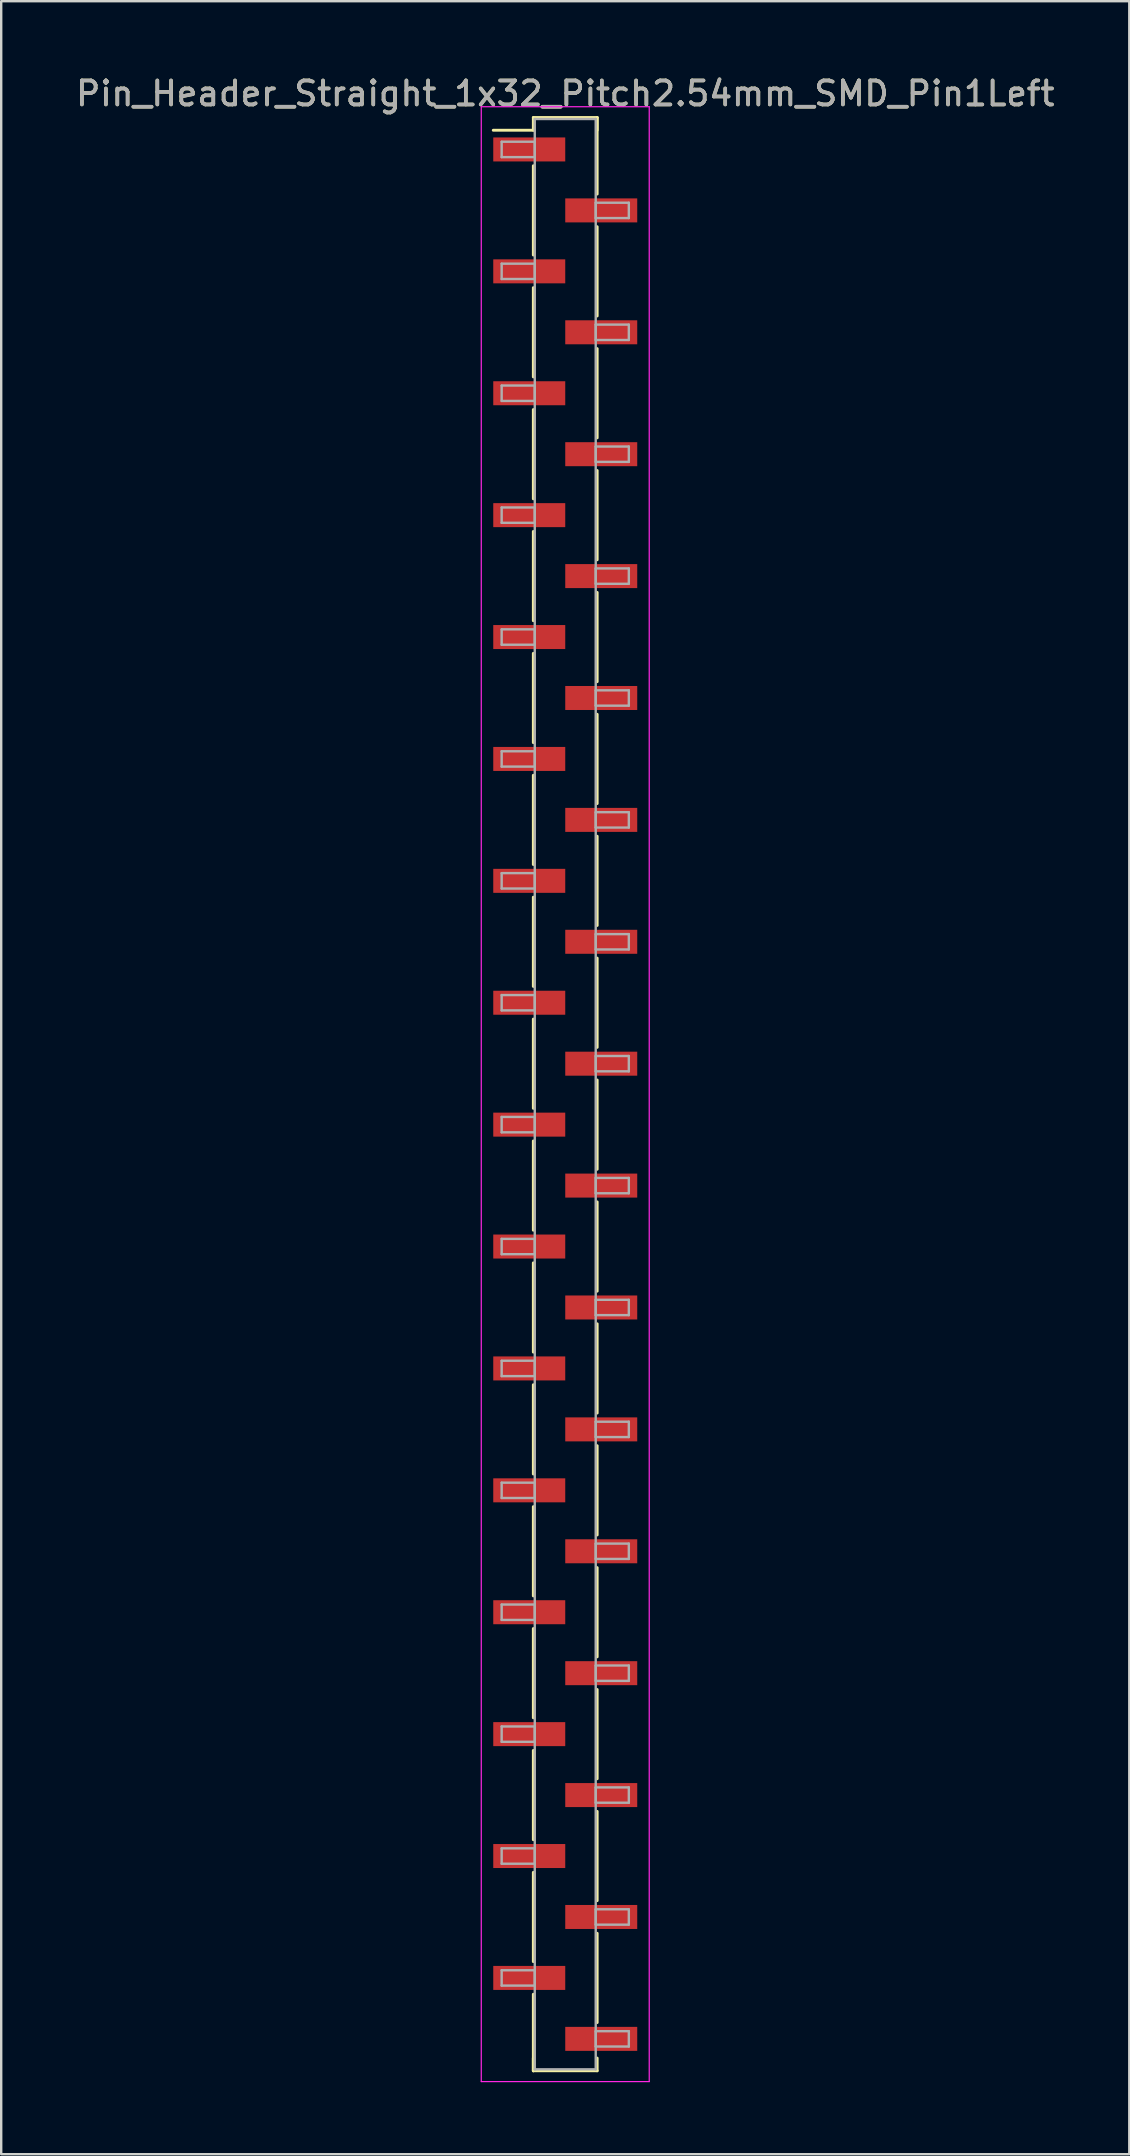
<source format=kicad_pcb>
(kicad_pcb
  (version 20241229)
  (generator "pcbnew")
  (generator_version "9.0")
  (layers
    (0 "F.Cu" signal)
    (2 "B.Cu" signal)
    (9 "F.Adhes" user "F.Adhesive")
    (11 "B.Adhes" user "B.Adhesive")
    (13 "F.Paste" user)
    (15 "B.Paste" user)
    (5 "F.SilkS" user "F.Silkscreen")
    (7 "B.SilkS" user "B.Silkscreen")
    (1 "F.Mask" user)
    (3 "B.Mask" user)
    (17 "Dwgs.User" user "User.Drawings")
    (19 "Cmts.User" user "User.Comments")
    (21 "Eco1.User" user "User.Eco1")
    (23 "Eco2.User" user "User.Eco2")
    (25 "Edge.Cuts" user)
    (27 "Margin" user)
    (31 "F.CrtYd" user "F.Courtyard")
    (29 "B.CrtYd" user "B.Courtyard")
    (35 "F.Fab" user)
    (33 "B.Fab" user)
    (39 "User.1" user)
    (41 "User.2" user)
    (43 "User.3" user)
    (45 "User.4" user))
  (footprint "Pin_Header_Straight_1x32_Pitch2.54mm_SMD_Pin1Left"
    (layer "F.Cu")
    (at 20.506 42.548)
    (property "Reference" "Pin_Header_Straight_1x32_Pitch2.54mm_SMD_Pin1Left" (at 0 -41.7 0) (layer "F.SilkS") (effects (font (size 1 1) (thickness 0.15))))
    (attr smd)
    (fp_line (start -1.33 -40.7) (end 1.33 -40.7) (stroke (width 0.12) (type solid)) (layer "F.SilkS"))
    (fp_line (start -1.33 -40.17) (end -3 -40.17) (stroke (width 0.12) (type solid)) (layer "F.SilkS"))
    (fp_line (start -1.33 -40.17) (end -1.33 -40.7) (stroke (width 0.12) (type solid)) (layer "F.SilkS"))
    (fp_line (start -1.33 -38.69) (end -1.33 -34.97) (stroke (width 0.12) (type solid)) (layer "F.SilkS"))
    (fp_line (start -1.33 -33.61) (end -1.33 -29.89) (stroke (width 0.12) (type solid)) (layer "F.SilkS"))
    (fp_line (start -1.33 -28.53) (end -1.33 -24.81) (stroke (width 0.12) (type solid)) (layer "F.SilkS"))
    (fp_line (start -1.33 -23.45) (end -1.33 -19.73) (stroke (width 0.12) (type solid)) (layer "F.SilkS"))
    (fp_line (start -1.33 -18.37) (end -1.33 -14.65) (stroke (width 0.12) (type solid)) (layer "F.SilkS"))
    (fp_line (start -1.33 -13.29) (end -1.33 -9.57) (stroke (width 0.12) (type solid)) (layer "F.SilkS"))
    (fp_line (start -1.33 -8.21) (end -1.33 -4.49) (stroke (width 0.12) (type solid)) (layer "F.SilkS"))
    (fp_line (start -1.33 -3.13) (end -1.33 0.59) (stroke (width 0.12) (type solid)) (layer "F.SilkS"))
    (fp_line (start -1.33 1.95) (end -1.33 5.67) (stroke (width 0.12) (type solid)) (layer "F.SilkS"))
    (fp_line (start -1.33 7.03) (end -1.33 10.75) (stroke (width 0.12) (type solid)) (layer "F.SilkS"))
    (fp_line (start -1.33 12.11) (end -1.33 15.83) (stroke (width 0.12) (type solid)) (layer "F.SilkS"))
    (fp_line (start -1.33 17.19) (end -1.33 20.91) (stroke (width 0.12) (type solid)) (layer "F.SilkS"))
    (fp_line (start -1.33 22.27) (end -1.33 25.99) (stroke (width 0.12) (type solid)) (layer "F.SilkS"))
    (fp_line (start -1.33 27.35) (end -1.33 31.07) (stroke (width 0.12) (type solid)) (layer "F.SilkS"))
    (fp_line (start -1.33 32.43) (end -1.33 36.15) (stroke (width 0.12) (type solid)) (layer "F.SilkS"))
    (fp_line (start -1.33 37.51) (end -1.33 40.7) (stroke (width 0.12) (type solid)) (layer "F.SilkS"))
    (fp_line (start -1.33 40.17) (end -1.33 40.7) (stroke (width 0.12) (type solid)) (layer "F.SilkS"))
    (fp_line (start -1.33 40.7) (end 1.33 40.7) (stroke (width 0.12) (type solid)) (layer "F.SilkS"))
    (fp_line (start 1.33 -40.7) (end 1.33 -40.17) (stroke (width 0.12) (type solid)) (layer "F.SilkS"))
    (fp_line (start 1.33 -40.7) (end 1.33 -37.51) (stroke (width 0.12) (type solid)) (layer "F.SilkS"))
    (fp_line (start 1.33 -36.15) (end 1.33 -32.43) (stroke (width 0.12) (type solid)) (layer "F.SilkS"))
    (fp_line (start 1.33 -31.07) (end 1.33 -27.35) (stroke (width 0.12) (type solid)) (layer "F.SilkS"))
    (fp_line (start 1.33 -25.99) (end 1.33 -22.27) (stroke (width 0.12) (type solid)) (layer "F.SilkS"))
    (fp_line (start 1.33 -20.91) (end 1.33 -17.19) (stroke (width 0.12) (type solid)) (layer "F.SilkS"))
    (fp_line (start 1.33 -15.83) (end 1.33 -12.11) (stroke (width 0.12) (type solid)) (layer "F.SilkS"))
    (fp_line (start 1.33 -10.75) (end 1.33 -7.03) (stroke (width 0.12) (type solid)) (layer "F.SilkS"))
    (fp_line (start 1.33 -5.67) (end 1.33 -1.95) (stroke (width 0.12) (type solid)) (layer "F.SilkS"))
    (fp_line (start 1.33 -0.59) (end 1.33 3.13) (stroke (width 0.12) (type solid)) (layer "F.SilkS"))
    (fp_line (start 1.33 4.49) (end 1.33 8.21) (stroke (width 0.12) (type solid)) (layer "F.SilkS"))
    (fp_line (start 1.33 9.57) (end 1.33 13.29) (stroke (width 0.12) (type solid)) (layer "F.SilkS"))
    (fp_line (start 1.33 14.65) (end 1.33 18.37) (stroke (width 0.12) (type solid)) (layer "F.SilkS"))
    (fp_line (start 1.33 19.73) (end 1.33 23.45) (stroke (width 0.12) (type solid)) (layer "F.SilkS"))
    (fp_line (start 1.33 24.81) (end 1.33 28.53) (stroke (width 0.12) (type solid)) (layer "F.SilkS"))
    (fp_line (start 1.33 29.89) (end 1.33 33.61) (stroke (width 0.12) (type solid)) (layer "F.SilkS"))
    (fp_line (start 1.33 34.97) (end 1.33 38.69) (stroke (width 0.12) (type solid)) (layer "F.SilkS"))
    (fp_line (start 1.33 40.7) (end 1.33 40.17) (stroke (width 0.12) (type solid)) (layer "F.SilkS"))
    (fp_line (start -3.5 -41.15) (end -3.5 41.15) (stroke (width 0.05) (type solid)) (layer "F.CrtYd"))
    (fp_line (start -3.5 41.15) (end 3.5 41.15) (stroke (width 0.05) (type solid)) (layer "F.CrtYd"))
    (fp_line (start 3.5 -41.15) (end -3.5 -41.15) (stroke (width 0.05) (type solid)) (layer "F.CrtYd"))
    (fp_line (start 3.5 41.15) (end 3.5 -41.15) (stroke (width 0.05) (type solid)) (layer "F.CrtYd"))
    (fp_line (start -2.65 -39.69) (end -1.27 -39.69) (stroke (width 0.1) (type solid)) (layer "F.Fab"))
    (fp_line (start -2.65 -39.05) (end -2.65 -39.69) (stroke (width 0.1) (type solid)) (layer "F.Fab"))
    (fp_line (start -2.65 -34.61) (end -1.27 -34.61) (stroke (width 0.1) (type solid)) (layer "F.Fab"))
    (fp_line (start -2.65 -33.97) (end -2.65 -34.61) (stroke (width 0.1) (type solid)) (layer "F.Fab"))
    (fp_line (start -2.65 -29.53) (end -1.27 -29.53) (stroke (width 0.1) (type solid)) (layer "F.Fab"))
    (fp_line (start -2.65 -28.89) (end -2.65 -29.53) (stroke (width 0.1) (type solid)) (layer "F.Fab"))
    (fp_line (start -2.65 -24.45) (end -1.27 -24.45) (stroke (width 0.1) (type solid)) (layer "F.Fab"))
    (fp_line (start -2.65 -23.81) (end -2.65 -24.45) (stroke (width 0.1) (type solid)) (layer "F.Fab"))
    (fp_line (start -2.65 -19.37) (end -1.27 -19.37) (stroke (width 0.1) (type solid)) (layer "F.Fab"))
    (fp_line (start -2.65 -18.73) (end -2.65 -19.37) (stroke (width 0.1) (type solid)) (layer "F.Fab"))
    (fp_line (start -2.65 -14.29) (end -1.27 -14.29) (stroke (width 0.1) (type solid)) (layer "F.Fab"))
    (fp_line (start -2.65 -13.65) (end -2.65 -14.29) (stroke (width 0.1) (type solid)) (layer "F.Fab"))
    (fp_line (start -2.65 -9.21) (end -1.27 -9.21) (stroke (width 0.1) (type solid)) (layer "F.Fab"))
    (fp_line (start -2.65 -8.57) (end -2.65 -9.21) (stroke (width 0.1) (type solid)) (layer "F.Fab"))
    (fp_line (start -2.65 -4.13) (end -1.27 -4.13) (stroke (width 0.1) (type solid)) (layer "F.Fab"))
    (fp_line (start -2.65 -3.49) (end -2.65 -4.13) (stroke (width 0.1) (type solid)) (layer "F.Fab"))
    (fp_line (start -2.65 0.95) (end -1.27 0.95) (stroke (width 0.1) (type solid)) (layer "F.Fab"))
    (fp_line (start -2.65 1.59) (end -2.65 0.95) (stroke (width 0.1) (type solid)) (layer "F.Fab"))
    (fp_line (start -2.65 6.03) (end -1.27 6.03) (stroke (width 0.1) (type solid)) (layer "F.Fab"))
    (fp_line (start -2.65 6.67) (end -2.65 6.03) (stroke (width 0.1) (type solid)) (layer "F.Fab"))
    (fp_line (start -2.65 11.11) (end -1.27 11.11) (stroke (width 0.1) (type solid)) (layer "F.Fab"))
    (fp_line (start -2.65 11.75) (end -2.65 11.11) (stroke (width 0.1) (type solid)) (layer "F.Fab"))
    (fp_line (start -2.65 16.19) (end -1.27 16.19) (stroke (width 0.1) (type solid)) (layer "F.Fab"))
    (fp_line (start -2.65 16.83) (end -2.65 16.19) (stroke (width 0.1) (type solid)) (layer "F.Fab"))
    (fp_line (start -2.65 21.27) (end -1.27 21.27) (stroke (width 0.1) (type solid)) (layer "F.Fab"))
    (fp_line (start -2.65 21.91) (end -2.65 21.27) (stroke (width 0.1) (type solid)) (layer "F.Fab"))
    (fp_line (start -2.65 26.35) (end -1.27 26.35) (stroke (width 0.1) (type solid)) (layer "F.Fab"))
    (fp_line (start -2.65 26.99) (end -2.65 26.35) (stroke (width 0.1) (type solid)) (layer "F.Fab"))
    (fp_line (start -2.65 31.43) (end -1.27 31.43) (stroke (width 0.1) (type solid)) (layer "F.Fab"))
    (fp_line (start -2.65 32.07) (end -2.65 31.43) (stroke (width 0.1) (type solid)) (layer "F.Fab"))
    (fp_line (start -2.65 36.51) (end -1.27 36.51) (stroke (width 0.1) (type solid)) (layer "F.Fab"))
    (fp_line (start -2.65 37.15) (end -2.65 36.51) (stroke (width 0.1) (type solid)) (layer "F.Fab"))
    (fp_line (start -1.27 -40.64) (end -1.27 40.64) (stroke (width 0.1) (type solid)) (layer "F.Fab"))
    (fp_line (start -1.27 -39.69) (end -1.27 -39.05) (stroke (width 0.1) (type solid)) (layer "F.Fab"))
    (fp_line (start -1.27 -39.05) (end -2.65 -39.05) (stroke (width 0.1) (type solid)) (layer "F.Fab"))
    (fp_line (start -1.27 -34.61) (end -1.27 -33.97) (stroke (width 0.1) (type solid)) (layer "F.Fab"))
    (fp_line (start -1.27 -33.97) (end -2.65 -33.97) (stroke (width 0.1) (type solid)) (layer "F.Fab"))
    (fp_line (start -1.27 -29.53) (end -1.27 -28.89) (stroke (width 0.1) (type solid)) (layer "F.Fab"))
    (fp_line (start -1.27 -28.89) (end -2.65 -28.89) (stroke (width 0.1) (type solid)) (layer "F.Fab"))
    (fp_line (start -1.27 -24.45) (end -1.27 -23.81) (stroke (width 0.1) (type solid)) (layer "F.Fab"))
    (fp_line (start -1.27 -23.81) (end -2.65 -23.81) (stroke (width 0.1) (type solid)) (layer "F.Fab"))
    (fp_line (start -1.27 -19.37) (end -1.27 -18.73) (stroke (width 0.1) (type solid)) (layer "F.Fab"))
    (fp_line (start -1.27 -18.73) (end -2.65 -18.73) (stroke (width 0.1) (type solid)) (layer "F.Fab"))
    (fp_line (start -1.27 -14.29) (end -1.27 -13.65) (stroke (width 0.1) (type solid)) (layer "F.Fab"))
    (fp_line (start -1.27 -13.65) (end -2.65 -13.65) (stroke (width 0.1) (type solid)) (layer "F.Fab"))
    (fp_line (start -1.27 -9.21) (end -1.27 -8.57) (stroke (width 0.1) (type solid)) (layer "F.Fab"))
    (fp_line (start -1.27 -8.57) (end -2.65 -8.57) (stroke (width 0.1) (type solid)) (layer "F.Fab"))
    (fp_line (start -1.27 -4.13) (end -1.27 -3.49) (stroke (width 0.1) (type solid)) (layer "F.Fab"))
    (fp_line (start -1.27 -3.49) (end -2.65 -3.49) (stroke (width 0.1) (type solid)) (layer "F.Fab"))
    (fp_line (start -1.27 0.95) (end -1.27 1.59) (stroke (width 0.1) (type solid)) (layer "F.Fab"))
    (fp_line (start -1.27 1.59) (end -2.65 1.59) (stroke (width 0.1) (type solid)) (layer "F.Fab"))
    (fp_line (start -1.27 6.03) (end -1.27 6.67) (stroke (width 0.1) (type solid)) (layer "F.Fab"))
    (fp_line (start -1.27 6.67) (end -2.65 6.67) (stroke (width 0.1) (type solid)) (layer "F.Fab"))
    (fp_line (start -1.27 11.11) (end -1.27 11.75) (stroke (width 0.1) (type solid)) (layer "F.Fab"))
    (fp_line (start -1.27 11.75) (end -2.65 11.75) (stroke (width 0.1) (type solid)) (layer "F.Fab"))
    (fp_line (start -1.27 16.19) (end -1.27 16.83) (stroke (width 0.1) (type solid)) (layer "F.Fab"))
    (fp_line (start -1.27 16.83) (end -2.65 16.83) (stroke (width 0.1) (type solid)) (layer "F.Fab"))
    (fp_line (start -1.27 21.27) (end -1.27 21.91) (stroke (width 0.1) (type solid)) (layer "F.Fab"))
    (fp_line (start -1.27 21.91) (end -2.65 21.91) (stroke (width 0.1) (type solid)) (layer "F.Fab"))
    (fp_line (start -1.27 26.35) (end -1.27 26.99) (stroke (width 0.1) (type solid)) (layer "F.Fab"))
    (fp_line (start -1.27 26.99) (end -2.65 26.99) (stroke (width 0.1) (type solid)) (layer "F.Fab"))
    (fp_line (start -1.27 31.43) (end -1.27 32.07) (stroke (width 0.1) (type solid)) (layer "F.Fab"))
    (fp_line (start -1.27 32.07) (end -2.65 32.07) (stroke (width 0.1) (type solid)) (layer "F.Fab"))
    (fp_line (start -1.27 36.51) (end -1.27 37.15) (stroke (width 0.1) (type solid)) (layer "F.Fab"))
    (fp_line (start -1.27 37.15) (end -2.65 37.15) (stroke (width 0.1) (type solid)) (layer "F.Fab"))
    (fp_line (start -1.27 40.64) (end 1.27 40.64) (stroke (width 0.1) (type solid)) (layer "F.Fab"))
    (fp_line (start 1.27 -40.64) (end -1.27 -40.64) (stroke (width 0.1) (type solid)) (layer "F.Fab"))
    (fp_line (start 1.27 -37.15) (end 1.27 -36.51) (stroke (width 0.1) (type solid)) (layer "F.Fab"))
    (fp_line (start 1.27 -36.51) (end 2.65 -36.51) (stroke (width 0.1) (type solid)) (layer "F.Fab"))
    (fp_line (start 1.27 -32.07) (end 1.27 -31.43) (stroke (width 0.1) (type solid)) (layer "F.Fab"))
    (fp_line (start 1.27 -31.43) (end 2.65 -31.43) (stroke (width 0.1) (type solid)) (layer "F.Fab"))
    (fp_line (start 1.27 -26.99) (end 1.27 -26.35) (stroke (width 0.1) (type solid)) (layer "F.Fab"))
    (fp_line (start 1.27 -26.35) (end 2.65 -26.35) (stroke (width 0.1) (type solid)) (layer "F.Fab"))
    (fp_line (start 1.27 -21.91) (end 1.27 -21.27) (stroke (width 0.1) (type solid)) (layer "F.Fab"))
    (fp_line (start 1.27 -21.27) (end 2.65 -21.27) (stroke (width 0.1) (type solid)) (layer "F.Fab"))
    (fp_line (start 1.27 -16.83) (end 1.27 -16.19) (stroke (width 0.1) (type solid)) (layer "F.Fab"))
    (fp_line (start 1.27 -16.19) (end 2.65 -16.19) (stroke (width 0.1) (type solid)) (layer "F.Fab"))
    (fp_line (start 1.27 -11.75) (end 1.27 -11.11) (stroke (width 0.1) (type solid)) (layer "F.Fab"))
    (fp_line (start 1.27 -11.11) (end 2.65 -11.11) (stroke (width 0.1) (type solid)) (layer "F.Fab"))
    (fp_line (start 1.27 -6.67) (end 1.27 -6.03) (stroke (width 0.1) (type solid)) (layer "F.Fab"))
    (fp_line (start 1.27 -6.03) (end 2.65 -6.03) (stroke (width 0.1) (type solid)) (layer "F.Fab"))
    (fp_line (start 1.27 -1.59) (end 1.27 -0.95) (stroke (width 0.1) (type solid)) (layer "F.Fab"))
    (fp_line (start 1.27 -0.95) (end 2.65 -0.95) (stroke (width 0.1) (type solid)) (layer "F.Fab"))
    (fp_line (start 1.27 3.49) (end 1.27 4.13) (stroke (width 0.1) (type solid)) (layer "F.Fab"))
    (fp_line (start 1.27 4.13) (end 2.65 4.13) (stroke (width 0.1) (type solid)) (layer "F.Fab"))
    (fp_line (start 1.27 8.57) (end 1.27 9.21) (stroke (width 0.1) (type solid)) (layer "F.Fab"))
    (fp_line (start 1.27 9.21) (end 2.65 9.21) (stroke (width 0.1) (type solid)) (layer "F.Fab"))
    (fp_line (start 1.27 13.65) (end 1.27 14.29) (stroke (width 0.1) (type solid)) (layer "F.Fab"))
    (fp_line (start 1.27 14.29) (end 2.65 14.29) (stroke (width 0.1) (type solid)) (layer "F.Fab"))
    (fp_line (start 1.27 18.73) (end 1.27 19.37) (stroke (width 0.1) (type solid)) (layer "F.Fab"))
    (fp_line (start 1.27 19.37) (end 2.65 19.37) (stroke (width 0.1) (type solid)) (layer "F.Fab"))
    (fp_line (start 1.27 23.81) (end 1.27 24.45) (stroke (width 0.1) (type solid)) (layer "F.Fab"))
    (fp_line (start 1.27 24.45) (end 2.65 24.45) (stroke (width 0.1) (type solid)) (layer "F.Fab"))
    (fp_line (start 1.27 28.89) (end 1.27 29.53) (stroke (width 0.1) (type solid)) (layer "F.Fab"))
    (fp_line (start 1.27 29.53) (end 2.65 29.53) (stroke (width 0.1) (type solid)) (layer "F.Fab"))
    (fp_line (start 1.27 33.97) (end 1.27 34.61) (stroke (width 0.1) (type solid)) (layer "F.Fab"))
    (fp_line (start 1.27 34.61) (end 2.65 34.61) (stroke (width 0.1) (type solid)) (layer "F.Fab"))
    (fp_line (start 1.27 39.05) (end 1.27 39.69) (stroke (width 0.1) (type solid)) (layer "F.Fab"))
    (fp_line (start 1.27 39.69) (end 2.65 39.69) (stroke (width 0.1) (type solid)) (layer "F.Fab"))
    (fp_line (start 1.27 40.64) (end 1.27 -40.64) (stroke (width 0.1) (type solid)) (layer "F.Fab"))
    (fp_line (start 2.65 -37.15) (end 1.27 -37.15) (stroke (width 0.1) (type solid)) (layer "F.Fab"))
    (fp_line (start 2.65 -36.51) (end 2.65 -37.15) (stroke (width 0.1) (type solid)) (layer "F.Fab"))
    (fp_line (start 2.65 -32.07) (end 1.27 -32.07) (stroke (width 0.1) (type solid)) (layer "F.Fab"))
    (fp_line (start 2.65 -31.43) (end 2.65 -32.07) (stroke (width 0.1) (type solid)) (layer "F.Fab"))
    (fp_line (start 2.65 -26.99) (end 1.27 -26.99) (stroke (width 0.1) (type solid)) (layer "F.Fab"))
    (fp_line (start 2.65 -26.35) (end 2.65 -26.99) (stroke (width 0.1) (type solid)) (layer "F.Fab"))
    (fp_line (start 2.65 -21.91) (end 1.27 -21.91) (stroke (width 0.1) (type solid)) (layer "F.Fab"))
    (fp_line (start 2.65 -21.27) (end 2.65 -21.91) (stroke (width 0.1) (type solid)) (layer "F.Fab"))
    (fp_line (start 2.65 -16.83) (end 1.27 -16.83) (stroke (width 0.1) (type solid)) (layer "F.Fab"))
    (fp_line (start 2.65 -16.19) (end 2.65 -16.83) (stroke (width 0.1) (type solid)) (layer "F.Fab"))
    (fp_line (start 2.65 -11.75) (end 1.27 -11.75) (stroke (width 0.1) (type solid)) (layer "F.Fab"))
    (fp_line (start 2.65 -11.11) (end 2.65 -11.75) (stroke (width 0.1) (type solid)) (layer "F.Fab"))
    (fp_line (start 2.65 -6.67) (end 1.27 -6.67) (stroke (width 0.1) (type solid)) (layer "F.Fab"))
    (fp_line (start 2.65 -6.03) (end 2.65 -6.67) (stroke (width 0.1) (type solid)) (layer "F.Fab"))
    (fp_line (start 2.65 -1.59) (end 1.27 -1.59) (stroke (width 0.1) (type solid)) (layer "F.Fab"))
    (fp_line (start 2.65 -0.95) (end 2.65 -1.59) (stroke (width 0.1) (type solid)) (layer "F.Fab"))
    (fp_line (start 2.65 3.49) (end 1.27 3.49) (stroke (width 0.1) (type solid)) (layer "F.Fab"))
    (fp_line (start 2.65 4.13) (end 2.65 3.49) (stroke (width 0.1) (type solid)) (layer "F.Fab"))
    (fp_line (start 2.65 8.57) (end 1.27 8.57) (stroke (width 0.1) (type solid)) (layer "F.Fab"))
    (fp_line (start 2.65 9.21) (end 2.65 8.57) (stroke (width 0.1) (type solid)) (layer "F.Fab"))
    (fp_line (start 2.65 13.65) (end 1.27 13.65) (stroke (width 0.1) (type solid)) (layer "F.Fab"))
    (fp_line (start 2.65 14.29) (end 2.65 13.65) (stroke (width 0.1) (type solid)) (layer "F.Fab"))
    (fp_line (start 2.65 18.73) (end 1.27 18.73) (stroke (width 0.1) (type solid)) (layer "F.Fab"))
    (fp_line (start 2.65 19.37) (end 2.65 18.73) (stroke (width 0.1) (type solid)) (layer "F.Fab"))
    (fp_line (start 2.65 23.81) (end 1.27 23.81) (stroke (width 0.1) (type solid)) (layer "F.Fab"))
    (fp_line (start 2.65 24.45) (end 2.65 23.81) (stroke (width 0.1) (type solid)) (layer "F.Fab"))
    (fp_line (start 2.65 28.89) (end 1.27 28.89) (stroke (width 0.1) (type solid)) (layer "F.Fab"))
    (fp_line (start 2.65 29.53) (end 2.65 28.89) (stroke (width 0.1) (type solid)) (layer "F.Fab"))
    (fp_line (start 2.65 33.97) (end 1.27 33.97) (stroke (width 0.1) (type solid)) (layer "F.Fab"))
    (fp_line (start 2.65 34.61) (end 2.65 33.97) (stroke (width 0.1) (type solid)) (layer "F.Fab"))
    (fp_line (start 2.65 39.05) (end 1.27 39.05) (stroke (width 0.1) (type solid)) (layer "F.Fab"))
    (fp_line (start 2.65 39.69) (end 2.65 39.05) (stroke (width 0.1) (type solid)) (layer "F.Fab"))
    (fp_text user "${REFERENCE}" (at 0 -41.7 0) (layer "F.Fab") (effects (font (size 1 1) (thickness 0.15))))
    (pad "1" smd rect (at -1.5 -39.37) (size 3 1) (layers "F.Cu" "F.Mask" "F.Paste"))
    (pad "2" smd rect (at 1.5 -36.83) (size 3 1) (layers "F.Cu" "F.Mask" "F.Paste"))
    (pad "3" smd rect (at -1.5 -34.29) (size 3 1) (layers "F.Cu" "F.Mask" "F.Paste"))
    (pad "4" smd rect (at 1.5 -31.75) (size 3 1) (layers "F.Cu" "F.Mask" "F.Paste"))
    (pad "5" smd rect (at -1.5 -29.21) (size 3 1) (layers "F.Cu" "F.Mask" "F.Paste"))
    (pad "6" smd rect (at 1.5 -26.67) (size 3 1) (layers "F.Cu" "F.Mask" "F.Paste"))
    (pad "7" smd rect (at -1.5 -24.13) (size 3 1) (layers "F.Cu" "F.Mask" "F.Paste"))
    (pad "8" smd rect (at 1.5 -21.59) (size 3 1) (layers "F.Cu" "F.Mask" "F.Paste"))
    (pad "9" smd rect (at -1.5 -19.05) (size 3 1) (layers "F.Cu" "F.Mask" "F.Paste"))
    (pad "10" smd rect (at 1.5 -16.51) (size 3 1) (layers "F.Cu" "F.Mask" "F.Paste"))
    (pad "11" smd rect (at -1.5 -13.97) (size 3 1) (layers "F.Cu" "F.Mask" "F.Paste"))
    (pad "12" smd rect (at 1.5 -11.43) (size 3 1) (layers "F.Cu" "F.Mask" "F.Paste"))
    (pad "13" smd rect (at -1.5 -8.89) (size 3 1) (layers "F.Cu" "F.Mask" "F.Paste"))
    (pad "14" smd rect (at 1.5 -6.35) (size 3 1) (layers "F.Cu" "F.Mask" "F.Paste"))
    (pad "15" smd rect (at -1.5 -3.81) (size 3 1) (layers "F.Cu" "F.Mask" "F.Paste"))
    (pad "16" smd rect (at 1.5 -1.27) (size 3 1) (layers "F.Cu" "F.Mask" "F.Paste"))
    (pad "17" smd rect (at -1.5 1.27) (size 3 1) (layers "F.Cu" "F.Mask" "F.Paste"))
    (pad "18" smd rect (at 1.5 3.81) (size 3 1) (layers "F.Cu" "F.Mask" "F.Paste"))
    (pad "19" smd rect (at -1.5 6.35) (size 3 1) (layers "F.Cu" "F.Mask" "F.Paste"))
    (pad "20" smd rect (at 1.5 8.89) (size 3 1) (layers "F.Cu" "F.Mask" "F.Paste"))
    (pad "21" smd rect (at -1.5 11.43) (size 3 1) (layers "F.Cu" "F.Mask" "F.Paste"))
    (pad "22" smd rect (at 1.5 13.97) (size 3 1) (layers "F.Cu" "F.Mask" "F.Paste"))
    (pad "23" smd rect (at -1.5 16.51) (size 3 1) (layers "F.Cu" "F.Mask" "F.Paste"))
    (pad "24" smd rect (at 1.5 19.05) (size 3 1) (layers "F.Cu" "F.Mask" "F.Paste"))
    (pad "25" smd rect (at -1.5 21.59) (size 3 1) (layers "F.Cu" "F.Mask" "F.Paste"))
    (pad "26" smd rect (at 1.5 24.13) (size 3 1) (layers "F.Cu" "F.Mask" "F.Paste"))
    (pad "27" smd rect (at -1.5 26.67) (size 3 1) (layers "F.Cu" "F.Mask" "F.Paste"))
    (pad "28" smd rect (at 1.5 29.21) (size 3 1) (layers "F.Cu" "F.Mask" "F.Paste"))
    (pad "29" smd rect (at -1.5 31.75) (size 3 1) (layers "F.Cu" "F.Mask" "F.Paste"))
    (pad "30" smd rect (at 1.5 34.29) (size 3 1) (layers "F.Cu" "F.Mask" "F.Paste"))
    (pad "31" smd rect (at -1.5 36.83) (size 3 1) (layers "F.Cu" "F.Mask" "F.Paste"))
    (pad "32" smd rect (at 1.5 39.37) (size 3 1) (layers "F.Cu" "F.Mask" "F.Paste")))
  (gr_rect
    (start -3 -3)
    (end 44.012 86.723)
    (stroke (width 0.1) (type default))
    (fill no)
    (layer "Edge.Cuts")))
</source>
